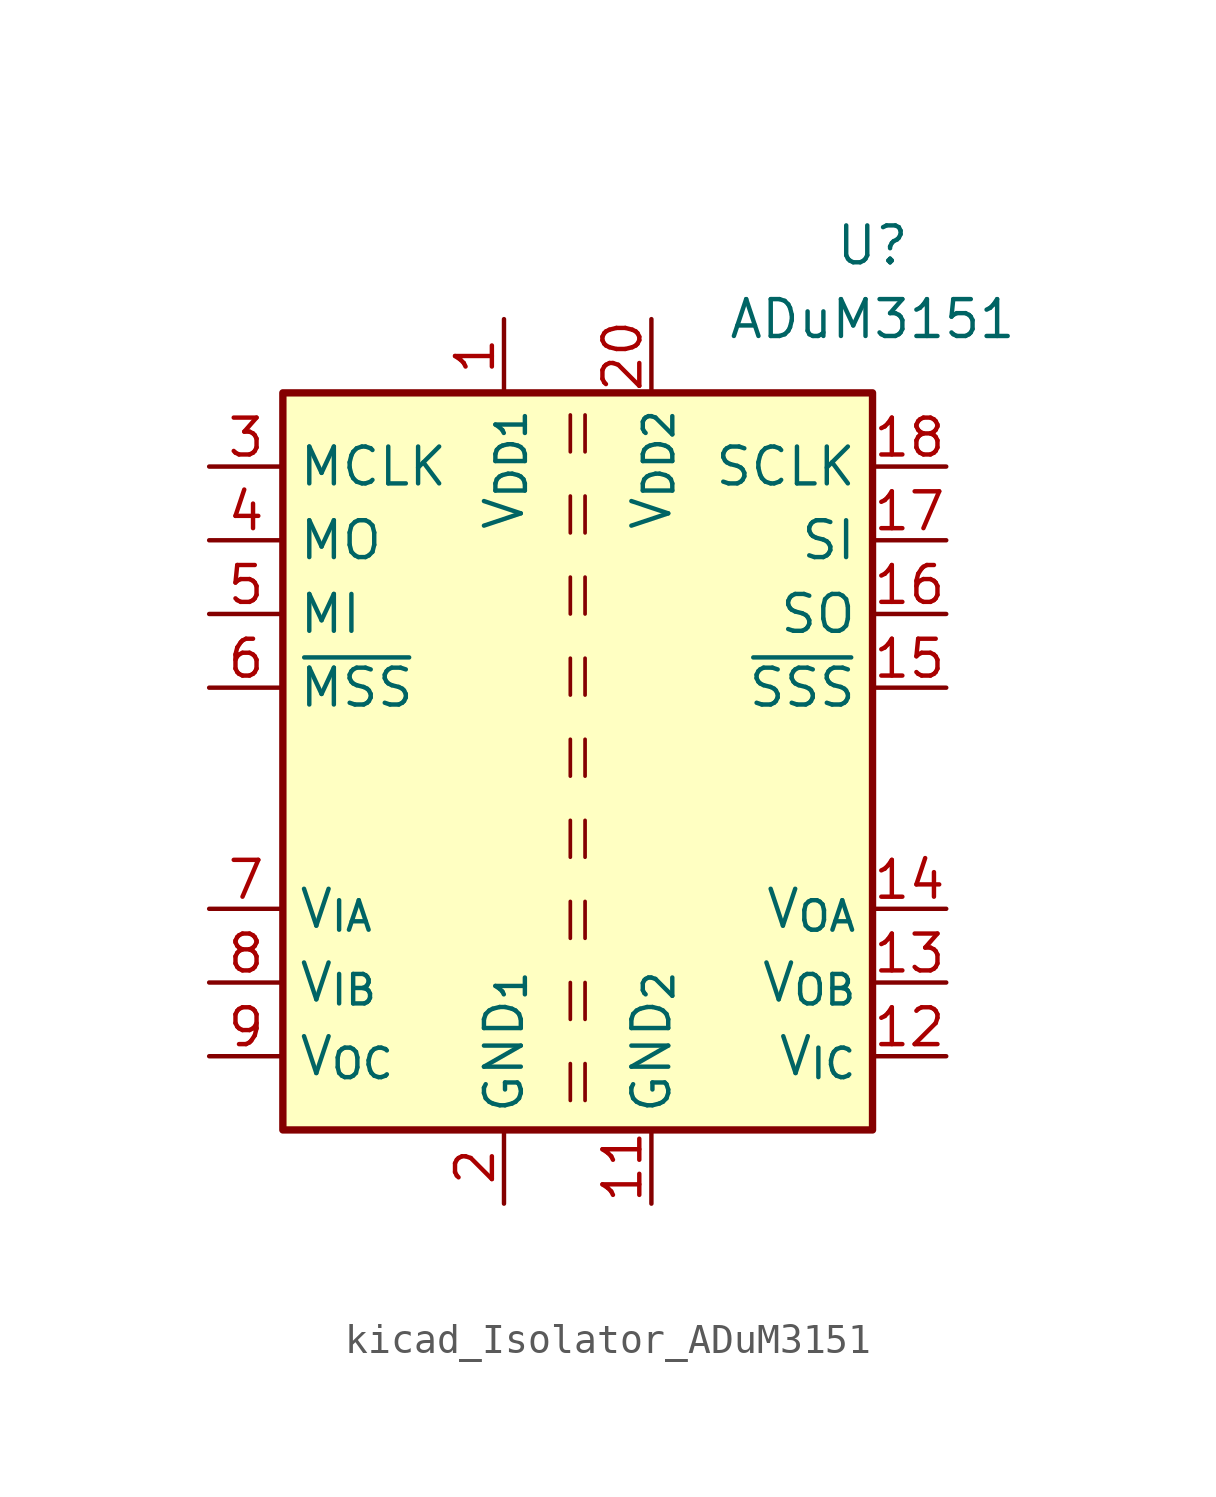
<source format=kicad_sym>
(kicad_symbol_lib
  (version 20220914)
  (generator kicad_symbol_editor)
  (symbol "kicad_Isolator_ADuM3151"
    (property "Reference" "U"
      (at 10.16 17.78 0)
      (effects (font (size 1.27 1.27))))
    (property "Value" "ADuM3151"
      (at 10.16 15.24 0)
      (effects (font (size 1.27 1.27))))
    (symbol "kicad_Isolator_ADuM3151_0_0"
      (rectangle (start -10.16 12.7) (end 10.16 -12.7) (stroke (width 0.254) (type default)) (fill (type background))))
    (symbol "kicad_Isolator_ADuM3151_1_1"
      (polyline (pts (xy -0.254 -10.414) (xy -0.254 -11.684)) (stroke (width 0.127) (type default)) (fill (type none)))
      (polyline (pts (xy -0.254 -7.62) (xy -0.254 -8.89)) (stroke (width 0.127) (type default)) (fill (type none)))
      (polyline (pts (xy -0.254 -4.826) (xy -0.254 -6.096)) (stroke (width 0.127) (type default)) (fill (type none)))
      (polyline (pts (xy -0.254 -2.032) (xy -0.254 -3.302)) (stroke (width 0.127) (type default)) (fill (type none)))
      (polyline (pts (xy -0.254 0.762) (xy -0.254 -0.508)) (stroke (width 0.127) (type default)) (fill (type none)))
      (polyline (pts (xy -0.254 3.556) (xy -0.254 2.286)) (stroke (width 0.127) (type default)) (fill (type none)))
      (polyline (pts (xy -0.254 6.35) (xy -0.254 5.08)) (stroke (width 0.127) (type default)) (fill (type none)))
      (polyline (pts (xy -0.254 9.144) (xy -0.254 7.874)) (stroke (width 0.127) (type default)) (fill (type none)))
      (polyline (pts (xy -0.254 11.938) (xy -0.254 10.668)) (stroke (width 0.127) (type default)) (fill (type none)))
      (polyline (pts (xy 0.254 -10.414) (xy 0.254 -11.684)) (stroke (width 0.127) (type default)) (fill (type none)))
      (polyline (pts (xy 0.254 -7.62) (xy 0.254 -8.89)) (stroke (width 0.127) (type default)) (fill (type none)))
      (polyline (pts (xy 0.254 -4.826) (xy 0.254 -6.096)) (stroke (width 0.127) (type default)) (fill (type none)))
      (polyline (pts (xy 0.254 -2.032) (xy 0.254 -3.302)) (stroke (width 0.127) (type default)) (fill (type none)))
      (polyline (pts (xy 0.254 0.762) (xy 0.254 -0.508)) (stroke (width 0.127) (type default)) (fill (type none)))
      (polyline (pts (xy 0.254 3.556) (xy 0.254 2.286)) (stroke (width 0.127) (type default)) (fill (type none)))
      (polyline (pts (xy 0.254 6.35) (xy 0.254 5.08)) (stroke (width 0.127) (type default)) (fill (type none)))
      (polyline (pts (xy 0.254 9.144) (xy 0.254 7.874)) (stroke (width 0.127) (type default)) (fill (type none)))
      (polyline (pts (xy 0.254 11.938) (xy 0.254 10.668)) (stroke (width 0.127) (type default)) (fill (type none)))
      (pin power_in line (at -2.54 15.24 270) (length 2.54) (name "V_{DD1}" (effects (font (size 1.27 1.27)))) (number "1" (effects (font (size 1.27 1.27)))))
      (pin passive line (at -2.54 -15.24 90) (length 2.54) hide (name "GND_{1}" (effects (font (size 1.27 1.27)))) (number "10" (effects (font (size 1.27 1.27)))))
      (pin power_in line (at 2.54 -15.24 90) (length 2.54) (name "GND_{2}" (effects (font (size 1.27 1.27)))) (number "11" (effects (font (size 1.27 1.27)))))
      (pin input line (at 12.7 -10.16 180) (length 2.54) (name "V_{IC}" (effects (font (size 1.27 1.27)))) (number "12" (effects (font (size 1.27 1.27)))))
      (pin output line (at 12.7 -7.62 180) (length 2.54) (name "V_{OB}" (effects (font (size 1.27 1.27)))) (number "13" (effects (font (size 1.27 1.27)))))
      (pin output line (at 12.7 -5.08 180) (length 2.54) (name "V_{OA}" (effects (font (size 1.27 1.27)))) (number "14" (effects (font (size 1.27 1.27)))))
      (pin output line (at 12.7 2.54 180) (length 2.54) (name "~{SSS}" (effects (font (size 1.27 1.27)))) (number "15" (effects (font (size 1.27 1.27)))))
      (pin input line (at 12.7 5.08 180) (length 2.54) (name "SO" (effects (font (size 1.27 1.27)))) (number "16" (effects (font (size 1.27 1.27)))))
      (pin output line (at 12.7 7.62 180) (length 2.54) (name "SI" (effects (font (size 1.27 1.27)))) (number "17" (effects (font (size 1.27 1.27)))))
      (pin output line (at 12.7 10.16 180) (length 2.54) (name "SCLK" (effects (font (size 1.27 1.27)))) (number "18" (effects (font (size 1.27 1.27)))))
      (pin passive line (at 2.54 -15.24 90) (length 2.54) hide (name "GND_{2}" (effects (font (size 1.27 1.27)))) (number "19" (effects (font (size 1.27 1.27)))))
      (pin power_in line (at -2.54 -15.24 90) (length 2.54) (name "GND_{1}" (effects (font (size 1.27 1.27)))) (number "2" (effects (font (size 1.27 1.27)))))
      (pin power_in line (at 2.54 15.24 270) (length 2.54) (name "V_{DD2}" (effects (font (size 1.27 1.27)))) (number "20" (effects (font (size 1.27 1.27)))))
      (pin input line (at -12.7 10.16 0) (length 2.54) (name "MCLK" (effects (font (size 1.27 1.27)))) (number "3" (effects (font (size 1.27 1.27)))))
      (pin input line (at -12.7 7.62 0) (length 2.54) (name "MO" (effects (font (size 1.27 1.27)))) (number "4" (effects (font (size 1.27 1.27)))))
      (pin output line (at -12.7 5.08 0) (length 2.54) (name "MI" (effects (font (size 1.27 1.27)))) (number "5" (effects (font (size 1.27 1.27)))))
      (pin input line (at -12.7 2.54 0) (length 2.54) (name "~{MSS}" (effects (font (size 1.27 1.27)))) (number "6" (effects (font (size 1.27 1.27)))))
      (pin input line (at -12.7 -5.08 0) (length 2.54) (name "V_{IA}" (effects (font (size 1.27 1.27)))) (number "7" (effects (font (size 1.27 1.27)))))
      (pin input line (at -12.7 -7.62 0) (length 2.54) (name "V_{IB}" (effects (font (size 1.27 1.27)))) (number "8" (effects (font (size 1.27 1.27)))))
      (pin output line (at -12.7 -10.16 0) (length 2.54) (name "V_{OC}" (effects (font (size 1.27 1.27)))) (number "9" (effects (font (size 1.27 1.27))))))))
</source>
